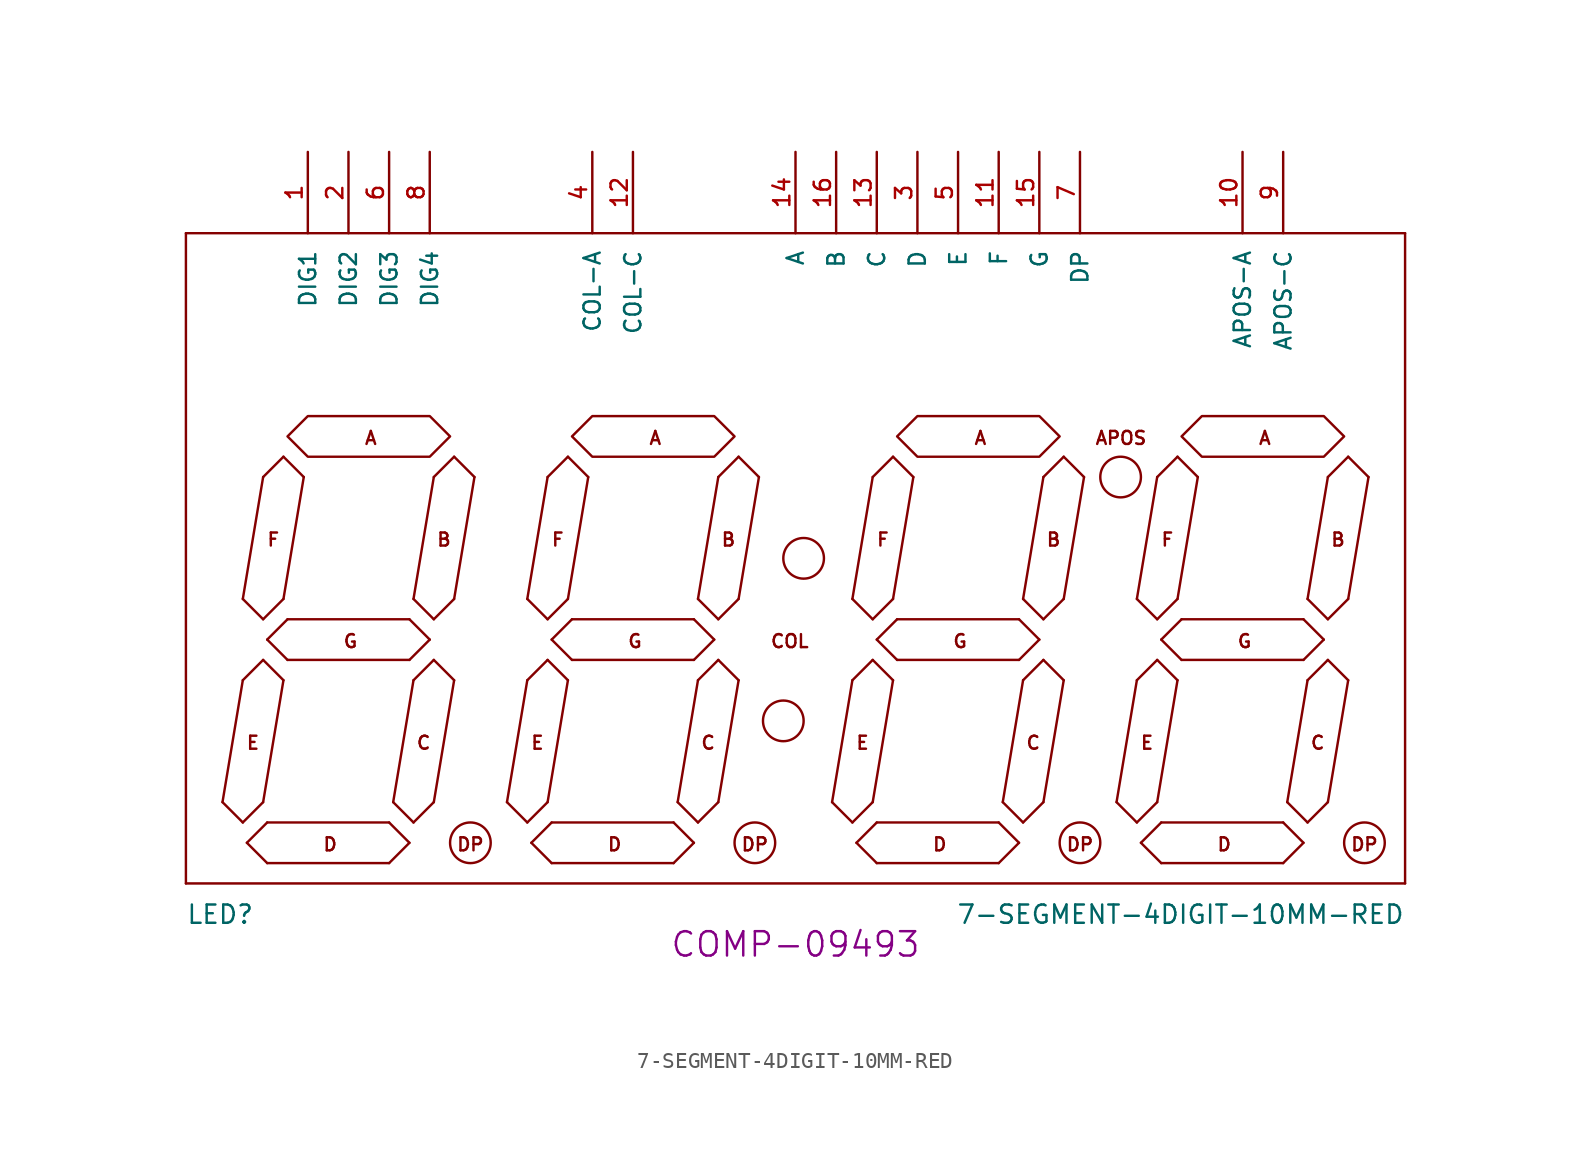
<source format=kicad_sym>
(kicad_symbol_lib
  (version 20211014)
  (generator kicad_symbol_editor)
  (symbol "7-SEGMENT-4DIGIT-10MM-RED"
    (pin_names
      (offset 1.016))
    (property "Reference" "LED"
      (at -38.1 -19.05 0)
      (effects (font (size 1.143 1.143)) (justify left top)))
    (property "Value" "7-SEGMENT-4DIGIT-10MM-RED"
      (at 38.1 -19.05 0)
      (effects (font (size 1.143 1.143)) (justify right top)))
    (property "Field4" "COMP-09493"
      (at 0 -21.59 0)
      (effects (font (size 1.524 1.524))))
    (property "ki_locked" ""
      (at 0 0 0)
      (effects (font (size 1.27 1.27))))
    (symbol "7-SEGMENT-4DIGIT-10MM-RED_1_0"
      (polyline (pts (xy -38.1 -17.78) (xy -38.1 22.86)) (stroke (width 0) (type default) (color 0 0 0 0)) (fill (type none)))
      (polyline (pts (xy -35.814 -12.7) (xy -34.544 -13.97)) (stroke (width 0) (type default) (color 0 0 0 0)) (fill (type none)))
      (polyline (pts (xy -34.544 -13.97) (xy -33.274 -12.7)) (stroke (width 0) (type default) (color 0 0 0 0)) (fill (type none)))
      (polyline (pts (xy -34.544 -5.08) (xy -35.814 -12.7)) (stroke (width 0) (type default) (color 0 0 0 0)) (fill (type none)))
      (polyline (pts (xy -34.544 0) (xy -33.274 -1.27)) (stroke (width 0) (type default) (color 0 0 0 0)) (fill (type none)))
      (polyline (pts (xy -34.29 -15.24) (xy -33.02 -16.51)) (stroke (width 0) (type default) (color 0 0 0 0)) (fill (type none)))
      (polyline (pts (xy -34.29 -15.24) (xy -33.02 -13.97)) (stroke (width 0) (type default) (color 0 0 0 0)) (fill (type none)))
      (polyline (pts (xy -33.274 -12.7) (xy -32.004 -5.08)) (stroke (width 0) (type default) (color 0 0 0 0)) (fill (type none)))
      (polyline (pts (xy -33.274 -3.81) (xy -34.544 -5.08)) (stroke (width 0) (type default) (color 0 0 0 0)) (fill (type none)))
      (polyline (pts (xy -33.274 -3.81) (xy -32.004 -5.08)) (stroke (width 0) (type default) (color 0 0 0 0)) (fill (type none)))
      (polyline (pts (xy -33.274 -1.27) (xy -32.004 0)) (stroke (width 0) (type default) (color 0 0 0 0)) (fill (type none)))
      (polyline (pts (xy -33.274 7.62) (xy -34.544 0)) (stroke (width 0) (type default) (color 0 0 0 0)) (fill (type none)))
      (polyline (pts (xy -33.02 -16.51) (xy -25.4 -16.51)) (stroke (width 0) (type default) (color 0 0 0 0)) (fill (type none)))
      (polyline (pts (xy -33.02 -2.54) (xy -31.75 -3.81)) (stroke (width 0) (type default) (color 0 0 0 0)) (fill (type none)))
      (polyline (pts (xy -33.02 -2.54) (xy -31.75 -1.27)) (stroke (width 0) (type default) (color 0 0 0 0)) (fill (type none)))
      (polyline (pts (xy -32.004 0) (xy -30.734 7.62)) (stroke (width 0) (type default) (color 0 0 0 0)) (fill (type none)))
      (polyline (pts (xy -32.004 8.89) (xy -33.274 7.62)) (stroke (width 0) (type default) (color 0 0 0 0)) (fill (type none)))
      (polyline (pts (xy -32.004 8.89) (xy -30.734 7.62)) (stroke (width 0) (type default) (color 0 0 0 0)) (fill (type none)))
      (polyline (pts (xy -31.75 -3.81) (xy -24.13 -3.81)) (stroke (width 0) (type default) (color 0 0 0 0)) (fill (type none)))
      (polyline (pts (xy -25.4 -16.51) (xy -24.13 -15.24)) (stroke (width 0) (type default) (color 0 0 0 0)) (fill (type none)))
      (polyline (pts (xy -25.4 -13.97) (xy -33.02 -13.97)) (stroke (width 0) (type default) (color 0 0 0 0)) (fill (type none)))
      (polyline (pts (xy -25.146 -12.7) (xy -23.876 -13.97)) (stroke (width 0) (type default) (color 0 0 0 0)) (fill (type none)))
      (polyline (pts (xy -24.13 -15.24) (xy -25.4 -13.97)) (stroke (width 0) (type default) (color 0 0 0 0)) (fill (type none)))
      (polyline (pts (xy -24.13 -3.81) (xy -22.86 -2.54)) (stroke (width 0) (type default) (color 0 0 0 0)) (fill (type none)))
      (polyline (pts (xy -24.13 -1.27) (xy -31.75 -1.27)) (stroke (width 0) (type default) (color 0 0 0 0)) (fill (type none)))
      (polyline (pts (xy -23.876 -13.97) (xy -22.606 -12.7)) (stroke (width 0) (type default) (color 0 0 0 0)) (fill (type none)))
      (polyline (pts (xy -23.876 -5.08) (xy -25.146 -12.7)) (stroke (width 0) (type default) (color 0 0 0 0)) (fill (type none)))
      (polyline (pts (xy -23.876 0) (xy -22.606 -1.27)) (stroke (width 0) (type default) (color 0 0 0 0)) (fill (type none)))
      (polyline (pts (xy -22.86 -2.54) (xy -24.13 -1.27)) (stroke (width 0) (type default) (color 0 0 0 0)) (fill (type none)))
      (polyline (pts (xy -22.606 -12.7) (xy -21.336 -5.08)) (stroke (width 0) (type default) (color 0 0 0 0)) (fill (type none)))
      (polyline (pts (xy -22.606 -3.81) (xy -23.876 -5.08)) (stroke (width 0) (type default) (color 0 0 0 0)) (fill (type none)))
      (polyline (pts (xy -22.606 -3.81) (xy -21.336 -5.08)) (stroke (width 0) (type default) (color 0 0 0 0)) (fill (type none)))
      (polyline (pts (xy -22.606 -1.27) (xy -21.336 0)) (stroke (width 0) (type default) (color 0 0 0 0)) (fill (type none)))
      (polyline (pts (xy -22.606 7.62) (xy -23.876 0)) (stroke (width 0) (type default) (color 0 0 0 0)) (fill (type none)))
      (polyline (pts (xy -21.336 0) (xy -20.066 7.62)) (stroke (width 0) (type default) (color 0 0 0 0)) (fill (type none)))
      (polyline (pts (xy -21.336 8.89) (xy -22.606 7.62)) (stroke (width 0) (type default) (color 0 0 0 0)) (fill (type none)))
      (polyline (pts (xy -21.336 8.89) (xy -20.066 7.62)) (stroke (width 0) (type default) (color 0 0 0 0)) (fill (type none)))
      (polyline (pts (xy -18.034 -12.7) (xy -16.764 -13.97)) (stroke (width 0) (type default) (color 0 0 0 0)) (fill (type none)))
      (polyline (pts (xy -16.764 -13.97) (xy -15.494 -12.7)) (stroke (width 0) (type default) (color 0 0 0 0)) (fill (type none)))
      (polyline (pts (xy -16.764 -5.08) (xy -18.034 -12.7)) (stroke (width 0) (type default) (color 0 0 0 0)) (fill (type none)))
      (polyline (pts (xy -16.764 0) (xy -15.494 -1.27)) (stroke (width 0) (type default) (color 0 0 0 0)) (fill (type none)))
      (polyline (pts (xy -16.51 -15.24) (xy -15.24 -16.51)) (stroke (width 0) (type default) (color 0 0 0 0)) (fill (type none)))
      (polyline (pts (xy -16.51 -15.24) (xy -15.24 -13.97)) (stroke (width 0) (type default) (color 0 0 0 0)) (fill (type none)))
      (polyline (pts (xy -15.494 -12.7) (xy -14.224 -5.08)) (stroke (width 0) (type default) (color 0 0 0 0)) (fill (type none)))
      (polyline (pts (xy -15.494 -3.81) (xy -16.764 -5.08)) (stroke (width 0) (type default) (color 0 0 0 0)) (fill (type none)))
      (polyline (pts (xy -15.494 -3.81) (xy -14.224 -5.08)) (stroke (width 0) (type default) (color 0 0 0 0)) (fill (type none)))
      (polyline (pts (xy -15.494 -1.27) (xy -14.224 0)) (stroke (width 0) (type default) (color 0 0 0 0)) (fill (type none)))
      (polyline (pts (xy -15.494 7.62) (xy -16.764 0)) (stroke (width 0) (type default) (color 0 0 0 0)) (fill (type none)))
      (polyline (pts (xy -15.24 -16.51) (xy -7.62 -16.51)) (stroke (width 0) (type default) (color 0 0 0 0)) (fill (type none)))
      (polyline (pts (xy -15.24 -2.54) (xy -13.97 -3.81)) (stroke (width 0) (type default) (color 0 0 0 0)) (fill (type none)))
      (polyline (pts (xy -15.24 -2.54) (xy -13.97 -1.27)) (stroke (width 0) (type default) (color 0 0 0 0)) (fill (type none)))
      (polyline (pts (xy -14.224 0) (xy -12.954 7.62)) (stroke (width 0) (type default) (color 0 0 0 0)) (fill (type none)))
      (polyline (pts (xy -14.224 8.89) (xy -15.494 7.62)) (stroke (width 0) (type default) (color 0 0 0 0)) (fill (type none)))
      (polyline (pts (xy -14.224 8.89) (xy -12.954 7.62)) (stroke (width 0) (type default) (color 0 0 0 0)) (fill (type none)))
      (polyline (pts (xy -13.97 -3.81) (xy -6.35 -3.81)) (stroke (width 0) (type default) (color 0 0 0 0)) (fill (type none)))
      (polyline (pts (xy -7.62 -16.51) (xy -6.35 -15.24)) (stroke (width 0) (type default) (color 0 0 0 0)) (fill (type none)))
      (polyline (pts (xy -7.62 -13.97) (xy -15.24 -13.97)) (stroke (width 0) (type default) (color 0 0 0 0)) (fill (type none)))
      (polyline (pts (xy -7.366 -12.7) (xy -6.096 -13.97)) (stroke (width 0) (type default) (color 0 0 0 0)) (fill (type none)))
      (polyline (pts (xy -6.35 -15.24) (xy -7.62 -13.97)) (stroke (width 0) (type default) (color 0 0 0 0)) (fill (type none)))
      (polyline (pts (xy -6.35 -3.81) (xy -5.08 -2.54)) (stroke (width 0) (type default) (color 0 0 0 0)) (fill (type none)))
      (polyline (pts (xy -6.35 -1.27) (xy -13.97 -1.27)) (stroke (width 0) (type default) (color 0 0 0 0)) (fill (type none)))
      (polyline (pts (xy -6.096 -13.97) (xy -4.826 -12.7)) (stroke (width 0) (type default) (color 0 0 0 0)) (fill (type none)))
      (polyline (pts (xy -6.096 -5.08) (xy -7.366 -12.7)) (stroke (width 0) (type default) (color 0 0 0 0)) (fill (type none)))
      (polyline (pts (xy -6.096 0) (xy -4.826 -1.27)) (stroke (width 0) (type default) (color 0 0 0 0)) (fill (type none)))
      (polyline (pts (xy -5.08 -2.54) (xy -6.35 -1.27)) (stroke (width 0) (type default) (color 0 0 0 0)) (fill (type none)))
      (polyline (pts (xy -4.826 -12.7) (xy -3.556 -5.08)) (stroke (width 0) (type default) (color 0 0 0 0)) (fill (type none)))
      (polyline (pts (xy -4.826 -3.81) (xy -6.096 -5.08)) (stroke (width 0) (type default) (color 0 0 0 0)) (fill (type none)))
      (polyline (pts (xy -4.826 -3.81) (xy -3.556 -5.08)) (stroke (width 0) (type default) (color 0 0 0 0)) (fill (type none)))
      (polyline (pts (xy -4.826 -1.27) (xy -3.556 0)) (stroke (width 0) (type default) (color 0 0 0 0)) (fill (type none)))
      (polyline (pts (xy -4.826 7.62) (xy -6.096 0)) (stroke (width 0) (type default) (color 0 0 0 0)) (fill (type none)))
      (polyline (pts (xy -3.556 0) (xy -2.286 7.62)) (stroke (width 0) (type default) (color 0 0 0 0)) (fill (type none)))
      (polyline (pts (xy -3.556 8.89) (xy -4.826 7.62)) (stroke (width 0) (type default) (color 0 0 0 0)) (fill (type none)))
      (polyline (pts (xy -3.556 8.89) (xy -2.286 7.62)) (stroke (width 0) (type default) (color 0 0 0 0)) (fill (type none)))
      (polyline (pts (xy 2.286 -12.7) (xy 3.556 -13.97)) (stroke (width 0) (type default) (color 0 0 0 0)) (fill (type none)))
      (polyline (pts (xy 3.556 -13.97) (xy 4.826 -12.7)) (stroke (width 0) (type default) (color 0 0 0 0)) (fill (type none)))
      (polyline (pts (xy 3.556 -5.08) (xy 2.286 -12.7)) (stroke (width 0) (type default) (color 0 0 0 0)) (fill (type none)))
      (polyline (pts (xy 3.556 0) (xy 4.826 -1.27)) (stroke (width 0) (type default) (color 0 0 0 0)) (fill (type none)))
      (polyline (pts (xy 3.81 -15.24) (xy 5.08 -16.51)) (stroke (width 0) (type default) (color 0 0 0 0)) (fill (type none)))
      (polyline (pts (xy 3.81 -15.24) (xy 5.08 -13.97)) (stroke (width 0) (type default) (color 0 0 0 0)) (fill (type none)))
      (polyline (pts (xy 4.826 -12.7) (xy 6.096 -5.08)) (stroke (width 0) (type default) (color 0 0 0 0)) (fill (type none)))
      (polyline (pts (xy 4.826 -3.81) (xy 3.556 -5.08)) (stroke (width 0) (type default) (color 0 0 0 0)) (fill (type none)))
      (polyline (pts (xy 4.826 -3.81) (xy 6.096 -5.08)) (stroke (width 0) (type default) (color 0 0 0 0)) (fill (type none)))
      (polyline (pts (xy 4.826 -1.27) (xy 6.096 0)) (stroke (width 0) (type default) (color 0 0 0 0)) (fill (type none)))
      (polyline (pts (xy 4.826 7.62) (xy 3.556 0)) (stroke (width 0) (type default) (color 0 0 0 0)) (fill (type none)))
      (polyline (pts (xy 5.08 -16.51) (xy 12.7 -16.51)) (stroke (width 0) (type default) (color 0 0 0 0)) (fill (type none)))
      (polyline (pts (xy 5.08 -2.54) (xy 6.35 -3.81)) (stroke (width 0) (type default) (color 0 0 0 0)) (fill (type none)))
      (polyline (pts (xy 5.08 -2.54) (xy 6.35 -1.27)) (stroke (width 0) (type default) (color 0 0 0 0)) (fill (type none)))
      (polyline (pts (xy 6.096 0) (xy 7.366 7.62)) (stroke (width 0) (type default) (color 0 0 0 0)) (fill (type none)))
      (polyline (pts (xy 6.096 8.89) (xy 4.826 7.62)) (stroke (width 0) (type default) (color 0 0 0 0)) (fill (type none)))
      (polyline (pts (xy 6.096 8.89) (xy 7.366 7.62)) (stroke (width 0) (type default) (color 0 0 0 0)) (fill (type none)))
      (polyline (pts (xy 6.35 -3.81) (xy 13.97 -3.81)) (stroke (width 0) (type default) (color 0 0 0 0)) (fill (type none)))
      (polyline (pts (xy 12.7 -16.51) (xy 13.97 -15.24)) (stroke (width 0) (type default) (color 0 0 0 0)) (fill (type none)))
      (polyline (pts (xy 12.7 -13.97) (xy 5.08 -13.97)) (stroke (width 0) (type default) (color 0 0 0 0)) (fill (type none)))
      (polyline (pts (xy 12.954 -12.7) (xy 14.224 -13.97)) (stroke (width 0) (type default) (color 0 0 0 0)) (fill (type none)))
      (polyline (pts (xy 13.97 -15.24) (xy 12.7 -13.97)) (stroke (width 0) (type default) (color 0 0 0 0)) (fill (type none)))
      (polyline (pts (xy 13.97 -3.81) (xy 15.24 -2.54)) (stroke (width 0) (type default) (color 0 0 0 0)) (fill (type none)))
      (polyline (pts (xy 13.97 -1.27) (xy 6.35 -1.27)) (stroke (width 0) (type default) (color 0 0 0 0)) (fill (type none)))
      (polyline (pts (xy 14.224 -13.97) (xy 15.494 -12.7)) (stroke (width 0) (type default) (color 0 0 0 0)) (fill (type none)))
      (polyline (pts (xy 14.224 -5.08) (xy 12.954 -12.7)) (stroke (width 0) (type default) (color 0 0 0 0)) (fill (type none)))
      (polyline (pts (xy 14.224 0) (xy 15.494 -1.27)) (stroke (width 0) (type default) (color 0 0 0 0)) (fill (type none)))
      (polyline (pts (xy 15.24 -2.54) (xy 13.97 -1.27)) (stroke (width 0) (type default) (color 0 0 0 0)) (fill (type none)))
      (polyline (pts (xy 15.494 -12.7) (xy 16.764 -5.08)) (stroke (width 0) (type default) (color 0 0 0 0)) (fill (type none)))
      (polyline (pts (xy 15.494 -3.81) (xy 14.224 -5.08)) (stroke (width 0) (type default) (color 0 0 0 0)) (fill (type none)))
      (polyline (pts (xy 15.494 -3.81) (xy 16.764 -5.08)) (stroke (width 0) (type default) (color 0 0 0 0)) (fill (type none)))
      (polyline (pts (xy 15.494 -1.27) (xy 16.764 0)) (stroke (width 0) (type default) (color 0 0 0 0)) (fill (type none)))
      (polyline (pts (xy 15.494 7.62) (xy 14.224 0)) (stroke (width 0) (type default) (color 0 0 0 0)) (fill (type none)))
      (polyline (pts (xy 16.764 0) (xy 18.034 7.62)) (stroke (width 0) (type default) (color 0 0 0 0)) (fill (type none)))
      (polyline (pts (xy 16.764 8.89) (xy 15.494 7.62)) (stroke (width 0) (type default) (color 0 0 0 0)) (fill (type none)))
      (polyline (pts (xy 16.764 8.89) (xy 18.034 7.62)) (stroke (width 0) (type default) (color 0 0 0 0)) (fill (type none)))
      (polyline (pts (xy 20.066 -12.7) (xy 21.336 -13.97)) (stroke (width 0) (type default) (color 0 0 0 0)) (fill (type none)))
      (polyline (pts (xy 21.336 -13.97) (xy 22.606 -12.7)) (stroke (width 0) (type default) (color 0 0 0 0)) (fill (type none)))
      (polyline (pts (xy 21.336 -5.08) (xy 20.066 -12.7)) (stroke (width 0) (type default) (color 0 0 0 0)) (fill (type none)))
      (polyline (pts (xy 21.336 0) (xy 22.606 -1.27)) (stroke (width 0) (type default) (color 0 0 0 0)) (fill (type none)))
      (polyline (pts (xy 21.59 -15.24) (xy 22.86 -16.51)) (stroke (width 0) (type default) (color 0 0 0 0)) (fill (type none)))
      (polyline (pts (xy 21.59 -15.24) (xy 22.86 -13.97)) (stroke (width 0) (type default) (color 0 0 0 0)) (fill (type none)))
      (polyline (pts (xy 22.606 -12.7) (xy 23.876 -5.08)) (stroke (width 0) (type default) (color 0 0 0 0)) (fill (type none)))
      (polyline (pts (xy 22.606 -3.81) (xy 21.336 -5.08)) (stroke (width 0) (type default) (color 0 0 0 0)) (fill (type none)))
      (polyline (pts (xy 22.606 -3.81) (xy 23.876 -5.08)) (stroke (width 0) (type default) (color 0 0 0 0)) (fill (type none)))
      (polyline (pts (xy 22.606 -1.27) (xy 23.876 0)) (stroke (width 0) (type default) (color 0 0 0 0)) (fill (type none)))
      (polyline (pts (xy 22.606 7.62) (xy 21.336 0)) (stroke (width 0) (type default) (color 0 0 0 0)) (fill (type none)))
      (polyline (pts (xy 22.86 -16.51) (xy 30.48 -16.51)) (stroke (width 0) (type default) (color 0 0 0 0)) (fill (type none)))
      (polyline (pts (xy 22.86 -2.54) (xy 24.13 -3.81)) (stroke (width 0) (type default) (color 0 0 0 0)) (fill (type none)))
      (polyline (pts (xy 22.86 -2.54) (xy 24.13 -1.27)) (stroke (width 0) (type default) (color 0 0 0 0)) (fill (type none)))
      (polyline (pts (xy 23.876 0) (xy 25.146 7.62)) (stroke (width 0) (type default) (color 0 0 0 0)) (fill (type none)))
      (polyline (pts (xy 23.876 8.89) (xy 22.606 7.62)) (stroke (width 0) (type default) (color 0 0 0 0)) (fill (type none)))
      (polyline (pts (xy 23.876 8.89) (xy 25.146 7.62)) (stroke (width 0) (type default) (color 0 0 0 0)) (fill (type none)))
      (polyline (pts (xy 24.13 -3.81) (xy 31.75 -3.81)) (stroke (width 0) (type default) (color 0 0 0 0)) (fill (type none)))
      (polyline (pts (xy 30.48 -16.51) (xy 31.75 -15.24)) (stroke (width 0) (type default) (color 0 0 0 0)) (fill (type none)))
      (polyline (pts (xy 30.48 -13.97) (xy 22.86 -13.97)) (stroke (width 0) (type default) (color 0 0 0 0)) (fill (type none)))
      (polyline (pts (xy 30.734 -12.7) (xy 32.004 -13.97)) (stroke (width 0) (type default) (color 0 0 0 0)) (fill (type none)))
      (polyline (pts (xy 31.75 -15.24) (xy 30.48 -13.97)) (stroke (width 0) (type default) (color 0 0 0 0)) (fill (type none)))
      (polyline (pts (xy 31.75 -3.81) (xy 33.02 -2.54)) (stroke (width 0) (type default) (color 0 0 0 0)) (fill (type none)))
      (polyline (pts (xy 31.75 -1.27) (xy 24.13 -1.27)) (stroke (width 0) (type default) (color 0 0 0 0)) (fill (type none)))
      (polyline (pts (xy 32.004 -13.97) (xy 33.274 -12.7)) (stroke (width 0) (type default) (color 0 0 0 0)) (fill (type none)))
      (polyline (pts (xy 32.004 -5.08) (xy 30.734 -12.7)) (stroke (width 0) (type default) (color 0 0 0 0)) (fill (type none)))
      (polyline (pts (xy 32.004 0) (xy 33.274 -1.27)) (stroke (width 0) (type default) (color 0 0 0 0)) (fill (type none)))
      (polyline (pts (xy 33.02 -2.54) (xy 31.75 -1.27)) (stroke (width 0) (type default) (color 0 0 0 0)) (fill (type none)))
      (polyline (pts (xy 33.274 -12.7) (xy 34.544 -5.08)) (stroke (width 0) (type default) (color 0 0 0 0)) (fill (type none)))
      (polyline (pts (xy 33.274 -3.81) (xy 32.004 -5.08)) (stroke (width 0) (type default) (color 0 0 0 0)) (fill (type none)))
      (polyline (pts (xy 33.274 -3.81) (xy 34.544 -5.08)) (stroke (width 0) (type default) (color 0 0 0 0)) (fill (type none)))
      (polyline (pts (xy 33.274 -1.27) (xy 34.544 0)) (stroke (width 0) (type default) (color 0 0 0 0)) (fill (type none)))
      (polyline (pts (xy 33.274 7.62) (xy 32.004 0)) (stroke (width 0) (type default) (color 0 0 0 0)) (fill (type none)))
      (polyline (pts (xy 34.544 0) (xy 35.814 7.62)) (stroke (width 0) (type default) (color 0 0 0 0)) (fill (type none)))
      (polyline (pts (xy 34.544 8.89) (xy 33.274 7.62)) (stroke (width 0) (type default) (color 0 0 0 0)) (fill (type none)))
      (polyline (pts (xy 34.544 8.89) (xy 35.814 7.62)) (stroke (width 0) (type default) (color 0 0 0 0)) (fill (type none)))
      (polyline (pts (xy 38.1 -17.78) (xy -38.1 -17.78)) (stroke (width 0) (type default) (color 0 0 0 0)) (fill (type none)))
      (polyline (pts (xy 38.1 22.86) (xy -38.1 22.86)) (stroke (width 0) (type default) (color 0 0 0 0)) (fill (type none)))
      (polyline (pts (xy 38.1 22.86) (xy 38.1 -17.78)) (stroke (width 0) (type default) (color 0 0 0 0)) (fill (type none)))
      (text "A" (at -26.543 10.058 0) (effects (font (size 0.813 0.813))))
      (text "A" (at -8.763 10.058 0) (effects (font (size 0.813 0.813))))
      (text "A" (at 11.557 10.058 0) (effects (font (size 0.813 0.813))))
      (text "A" (at 29.337 10.058 0) (effects (font (size 0.813 0.813))))
      (text "APOS" (at 20.345 10.058 0) (effects (font (size 0.813 0.813))))
      (text "B" (at -21.971 3.708 0) (effects (font (size 0.813 0.813))))
      (text "B" (at -4.191 3.708 0) (effects (font (size 0.813 0.813))))
      (text "B" (at 16.129 3.708 0) (effects (font (size 0.813 0.813))))
      (text "B" (at 33.909 3.708 0) (effects (font (size 0.813 0.813))))
      (text "C" (at -23.241 -8.992 0) (effects (font (size 0.813 0.813))))
      (text "C" (at -5.461 -8.992 0) (effects (font (size 0.813 0.813))))
      (text "C" (at 14.859 -8.992 0) (effects (font (size 0.813 0.813))))
      (text "C" (at 32.639 -8.992 0) (effects (font (size 0.813 0.813))))
      (text "COL" (at -0.356 -2.642 0) (effects (font (size 0.813 0.813))))
      (text "D" (at -29.083 -15.342 0) (effects (font (size 0.813 0.813))))
      (text "D" (at -11.303 -15.342 0) (effects (font (size 0.813 0.813))))
      (text "D" (at 9.017 -15.342 0) (effects (font (size 0.813 0.813))))
      (text "D" (at 26.797 -15.342 0) (effects (font (size 0.813 0.813))))
      (text "DP" (at -20.32 -15.342 0) (effects (font (size 0.813 0.813))))
      (text "DP" (at -2.54 -15.342 0) (effects (font (size 0.813 0.813))))
      (text "DP" (at 17.78 -15.342 0) (effects (font (size 0.813 0.813))))
      (text "DP" (at 35.56 -15.342 0) (effects (font (size 0.813 0.813))))
      (text "E" (at -33.909 -8.992 0) (effects (font (size 0.813 0.813))))
      (text "E" (at -16.129 -8.992 0) (effects (font (size 0.813 0.813))))
      (text "E" (at 4.191 -8.992 0) (effects (font (size 0.813 0.813))))
      (text "E" (at 21.971 -8.992 0) (effects (font (size 0.813 0.813))))
      (text "F" (at -32.639 3.708 0) (effects (font (size 0.813 0.813))))
      (text "F" (at -14.859 3.708 0) (effects (font (size 0.813 0.813))))
      (text "F" (at 5.461 3.708 0) (effects (font (size 0.813 0.813))))
      (text "F" (at 23.241 3.708 0) (effects (font (size 0.813 0.813))))
      (text "G" (at -27.813 -2.642 0) (effects (font (size 0.813 0.813))))
      (text "G" (at -10.033 -2.642 0) (effects (font (size 0.813 0.813))))
      (text "G" (at 10.287 -2.642 0) (effects (font (size 0.813 0.813))))
      (text "G" (at 28.067 -2.642 0) (effects (font (size 0.813 0.813)))))
    (symbol "7-SEGMENT-4DIGIT-10MM-RED_1_1"
      (circle (center -20.32 -15.24) (radius 1.27) (stroke (width 0) (type default) (color 0 0 0 0)) (fill (type none)))
      (circle (center -2.54 -15.24) (radius 1.27) (stroke (width 0) (type default) (color 0 0 0 0)) (fill (type none)))
      (circle (center -0.762 -7.62) (radius 1.27) (stroke (width 0) (type default) (color 0 0 0 0)) (fill (type none)))
      (polyline (pts (xy -22.86 11.43) (xy -21.59 10.16) (xy -22.86 8.89) (xy -30.48 8.89) (xy -31.75 10.16) (xy -30.48 11.43) (xy -22.86 11.43)) (stroke (width 0) (type default) (color 0 0 0 0)) (fill (type none)))
      (polyline (pts (xy -5.08 11.43) (xy -3.81 10.16) (xy -5.08 8.89) (xy -12.7 8.89) (xy -13.97 10.16) (xy -12.7 11.43) (xy -5.08 11.43)) (stroke (width 0) (type default) (color 0 0 0 0)) (fill (type none)))
      (polyline (pts (xy 15.24 11.43) (xy 16.51 10.16) (xy 15.24 8.89) (xy 7.62 8.89) (xy 6.35 10.16) (xy 7.62 11.43) (xy 15.24 11.43)) (stroke (width 0) (type default) (color 0 0 0 0)) (fill (type none)))
      (polyline (pts (xy 33.02 11.43) (xy 34.29 10.16) (xy 33.02 8.89) (xy 25.4 8.89) (xy 24.13 10.16) (xy 25.4 11.43) (xy 33.02 11.43)) (stroke (width 0) (type default) (color 0 0 0 0)) (fill (type none)))
      (circle (center 0.508 2.54) (radius 1.27) (stroke (width 0) (type default) (color 0 0 0 0)) (fill (type none)))
      (circle (center 17.78 -15.24) (radius 1.27) (stroke (width 0) (type default) (color 0 0 0 0)) (fill (type none)))
      (circle (center 20.32 7.62) (radius 1.27) (stroke (width 0) (type default) (color 0 0 0 0)) (fill (type none)))
      (circle (center 35.56 -15.24) (radius 1.27) (stroke (width 0) (type default) (color 0 0 0 0)) (fill (type none)))
      (pin bidirectional line (at -30.48 27.94 270) (length 5.08) (name "DIG1" (effects (font (size 1.016 1.016)))) (number "1" (effects (font (size 1.016 1.016)))))
      (pin bidirectional line (at 27.94 27.94 270) (length 5.08) (name "APOS-A" (effects (font (size 1.016 1.016)))) (number "10" (effects (font (size 1.016 1.016)))))
      (pin bidirectional line (at 12.7 27.94 270) (length 5.08) (name "F" (effects (font (size 1.016 1.016)))) (number "11" (effects (font (size 1.016 1.016)))))
      (pin bidirectional line (at -10.16 27.94 270) (length 5.08) (name "COL-C" (effects (font (size 1.016 1.016)))) (number "12" (effects (font (size 1.016 1.016)))))
      (pin bidirectional line (at 5.08 27.94 270) (length 5.08) (name "C" (effects (font (size 1.016 1.016)))) (number "13" (effects (font (size 1.016 1.016)))))
      (pin bidirectional line (at 0 27.94 270) (length 5.08) (name "A" (effects (font (size 1.016 1.016)))) (number "14" (effects (font (size 1.016 1.016)))))
      (pin bidirectional line (at 15.24 27.94 270) (length 5.08) (name "G" (effects (font (size 1.016 1.016)))) (number "15" (effects (font (size 1.016 1.016)))))
      (pin bidirectional line (at 2.54 27.94 270) (length 5.08) (name "B" (effects (font (size 1.016 1.016)))) (number "16" (effects (font (size 1.016 1.016)))))
      (pin bidirectional line (at -27.94 27.94 270) (length 5.08) (name "DIG2" (effects (font (size 1.016 1.016)))) (number "2" (effects (font (size 1.016 1.016)))))
      (pin bidirectional line (at 7.62 27.94 270) (length 5.08) (name "D" (effects (font (size 1.016 1.016)))) (number "3" (effects (font (size 1.016 1.016)))))
      (pin bidirectional line (at -12.7 27.94 270) (length 5.08) (name "COL-A" (effects (font (size 1.016 1.016)))) (number "4" (effects (font (size 1.016 1.016)))))
      (pin bidirectional line (at 10.16 27.94 270) (length 5.08) (name "E" (effects (font (size 1.016 1.016)))) (number "5" (effects (font (size 1.016 1.016)))))
      (pin bidirectional line (at -25.4 27.94 270) (length 5.08) (name "DIG3" (effects (font (size 1.016 1.016)))) (number "6" (effects (font (size 1.016 1.016)))))
      (pin bidirectional line (at 17.78 27.94 270) (length 5.08) (name "DP" (effects (font (size 1.016 1.016)))) (number "7" (effects (font (size 1.016 1.016)))))
      (pin bidirectional line (at -22.86 27.94 270) (length 5.08) (name "DIG4" (effects (font (size 1.016 1.016)))) (number "8" (effects (font (size 1.016 1.016)))))
      (pin bidirectional line (at 30.48 27.94 270) (length 5.08) (name "APOS-C" (effects (font (size 1.016 1.016)))) (number "9" (effects (font (size 1.016 1.016))))))))
</source>
